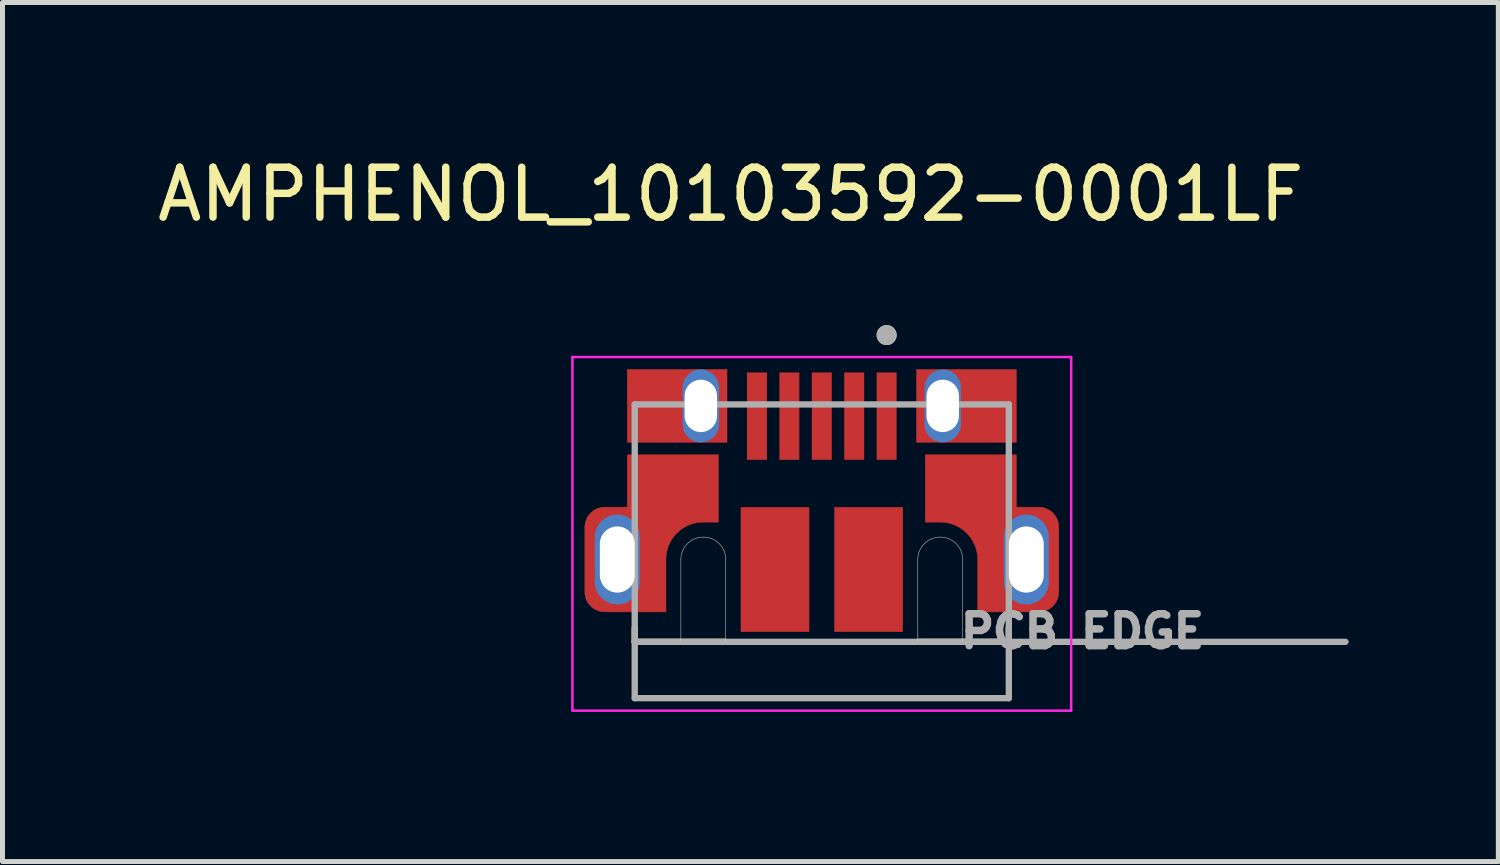
<source format=kicad_pcb>
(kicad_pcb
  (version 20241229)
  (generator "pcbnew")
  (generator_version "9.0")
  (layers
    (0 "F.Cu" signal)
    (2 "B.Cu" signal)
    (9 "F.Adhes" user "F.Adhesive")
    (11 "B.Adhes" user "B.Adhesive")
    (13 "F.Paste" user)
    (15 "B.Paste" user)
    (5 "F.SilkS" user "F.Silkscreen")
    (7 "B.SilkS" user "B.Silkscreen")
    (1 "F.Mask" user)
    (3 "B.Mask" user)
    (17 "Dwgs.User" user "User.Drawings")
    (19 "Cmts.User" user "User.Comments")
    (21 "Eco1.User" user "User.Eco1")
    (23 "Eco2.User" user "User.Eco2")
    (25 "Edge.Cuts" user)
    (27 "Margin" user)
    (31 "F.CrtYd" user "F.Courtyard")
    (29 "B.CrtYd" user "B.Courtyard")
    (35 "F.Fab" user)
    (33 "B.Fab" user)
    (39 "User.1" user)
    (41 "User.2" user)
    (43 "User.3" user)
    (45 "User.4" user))
  (footprint "AMPHENOL_10103592-0001LF"
    (layer "F.Cu")
    (at 13.426 8.168)
    (property "Reference" "AMPHENOL_10103592-0001LF" (at -1.825 -7.32 0) (layer "F.SilkS") (effects (font (size 1 1) (thickness 0.15))))
    (attr smd)
    (fp_poly (pts (xy -3.9 -3.81) (xy -1.9 -3.81) (xy -1.9 -2.35) (xy -3.9 -2.35)) (stroke (width 0.01) (type solid)) (fill yes) (layer "F.Cu"))
    (fp_poly (pts (xy 3.9 -3.81) (xy 1.9 -3.81) (xy 1.9 -2.35) (xy 3.9 -2.35)) (stroke (width 0.01) (type solid)) (fill yes) (layer "F.Cu"))
    (fp_poly (pts (xy -3.125 1.05) (xy -4.35 1.05) (xy -4.371 1.049) (xy -4.392 1.048) (xy -4.413 1.045) (xy -4.433 1.041) (xy -4.454 1.036) (xy -4.474 1.03) (xy -4.493 1.023) (xy -4.513 1.015) (xy -4.532 1.006) (xy -4.55 0.996) (xy -4.568 0.985) (xy -4.585 0.974) (xy -4.602 0.961) (xy -4.618 0.947) (xy -4.633 0.933) (xy -4.647 0.918) (xy -4.661 0.902) (xy -4.674 0.885) (xy -4.685 0.868) (xy -4.696 0.85) (xy -4.706 0.832) (xy -4.715 0.813) (xy -4.723 0.793) (xy -4.73 0.774) (xy -4.736 0.754) (xy -4.741 0.733) (xy -4.745 0.713) (xy -4.748 0.692) (xy -4.749 0.671) (xy -4.75 0.65) (xy -4.75 -0.65) (xy -4.749 -0.671) (xy -4.748 -0.692) (xy -4.745 -0.713) (xy -4.741 -0.733) (xy -4.736 -0.754) (xy -4.73 -0.774) (xy -4.723 -0.793) (xy -4.715 -0.813) (xy -4.706 -0.832) (xy -4.696 -0.85) (xy -4.685 -0.868) (xy -4.674 -0.885) (xy -4.661 -0.902) (xy -4.647 -0.918) (xy -4.633 -0.933) (xy -4.618 -0.947) (xy -4.602 -0.961) (xy -4.585 -0.974) (xy -4.568 -0.985) (xy -4.55 -0.996) (xy -4.532 -1.006) (xy -4.513 -1.015) (xy -4.493 -1.023) (xy -4.474 -1.03) (xy -4.454 -1.036) (xy -4.433 -1.041) (xy -4.413 -1.045) (xy -4.392 -1.048) (xy -4.371 -1.049) (xy -4.35 -1.05) (xy -3.9 -1.05) (xy -3.9 -2.1) (xy -2.075 -2.1) (xy -2.075 -0.75) (xy -2.375 -0.75) (xy -2.414 -0.749) (xy -2.453 -0.746) (xy -2.492 -0.741) (xy -2.531 -0.734) (xy -2.569 -0.724) (xy -2.607 -0.713) (xy -2.644 -0.7) (xy -2.68 -0.685) (xy -2.715 -0.668) (xy -2.75 -0.65) (xy -2.783 -0.629) (xy -2.816 -0.607) (xy -2.847 -0.583) (xy -2.877 -0.557) (xy -2.905 -0.53) (xy -2.932 -0.502) (xy -2.958 -0.472) (xy -2.982 -0.441) (xy -3.004 -0.408) (xy -3.025 -0.375) (xy -3.043 -0.34) (xy -3.06 -0.305) (xy -3.075 -0.269) (xy -3.088 -0.232) (xy -3.099 -0.194) (xy -3.109 -0.156) (xy -3.116 -0.117) (xy -3.121 -0.078) (xy -3.124 -0.039) (xy -3.125 0) (xy -3.125 1.05)) (stroke (width 0.01) (type solid)) (fill yes) (layer "F.Cu"))
    (fp_poly (pts (xy 3.125 1.05) (xy 4.35 1.05) (xy 4.371 1.049) (xy 4.392 1.048) (xy 4.413 1.045) (xy 4.433 1.041) (xy 4.454 1.036) (xy 4.474 1.03) (xy 4.493 1.023) (xy 4.513 1.015) (xy 4.532 1.006) (xy 4.55 0.996) (xy 4.568 0.985) (xy 4.585 0.974) (xy 4.602 0.961) (xy 4.618 0.947) (xy 4.633 0.933) (xy 4.647 0.918) (xy 4.661 0.902) (xy 4.674 0.885) (xy 4.685 0.868) (xy 4.696 0.85) (xy 4.706 0.832) (xy 4.715 0.813) (xy 4.723 0.793) (xy 4.73 0.774) (xy 4.736 0.754) (xy 4.741 0.733) (xy 4.745 0.713) (xy 4.748 0.692) (xy 4.749 0.671) (xy 4.75 0.65) (xy 4.75 -0.65) (xy 4.749 -0.671) (xy 4.748 -0.692) (xy 4.745 -0.713) (xy 4.741 -0.733) (xy 4.736 -0.754) (xy 4.73 -0.774) (xy 4.723 -0.793) (xy 4.715 -0.813) (xy 4.706 -0.832) (xy 4.696 -0.85) (xy 4.685 -0.868) (xy 4.674 -0.885) (xy 4.661 -0.902) (xy 4.647 -0.918) (xy 4.633 -0.933) (xy 4.618 -0.947) (xy 4.602 -0.961) (xy 4.585 -0.974) (xy 4.568 -0.985) (xy 4.55 -0.996) (xy 4.532 -1.006) (xy 4.513 -1.015) (xy 4.493 -1.023) (xy 4.474 -1.03) (xy 4.454 -1.036) (xy 4.433 -1.041) (xy 4.413 -1.045) (xy 4.392 -1.048) (xy 4.371 -1.049) (xy 4.35 -1.05) (xy 3.9 -1.05) (xy 3.9 -2.1) (xy 2.075 -2.1) (xy 2.075 -0.75) (xy 2.375 -0.75) (xy 2.414 -0.749) (xy 2.453 -0.746) (xy 2.492 -0.741) (xy 2.531 -0.734) (xy 2.569 -0.724) (xy 2.607 -0.713) (xy 2.644 -0.7) (xy 2.68 -0.685) (xy 2.715 -0.668) (xy 2.75 -0.65) (xy 2.783 -0.629) (xy 2.816 -0.607) (xy 2.847 -0.583) (xy 2.877 -0.557) (xy 2.905 -0.53) (xy 2.932 -0.502) (xy 2.958 -0.472) (xy 2.982 -0.441) (xy 3.004 -0.408) (xy 3.025 -0.375) (xy 3.043 -0.34) (xy 3.06 -0.305) (xy 3.075 -0.269) (xy 3.088 -0.232) (xy 3.099 -0.194) (xy 3.109 -0.156) (xy 3.116 -0.117) (xy 3.121 -0.078) (xy 3.124 -0.039) (xy 3.125 0) (xy 3.125 1.05)) (stroke (width 0.01) (type solid)) (fill yes) (layer "F.Cu"))
    (fp_poly (pts (xy -4 -3.91) (xy -1.8 -3.91) (xy -1.8 -2.25) (xy -4 -2.25)) (stroke (width 0.01) (type solid)) (fill yes) (layer "F.Mask"))
    (fp_poly (pts (xy 4 -3.91) (xy 1.8 -3.91) (xy 1.8 -2.25) (xy 4 -2.25)) (stroke (width 0.01) (type solid)) (fill yes) (layer "F.Mask"))
    (fp_poly (pts (xy -3.025 1.15) (xy -4.35 1.15) (xy -4.376 1.149) (xy -4.402 1.147) (xy -4.428 1.144) (xy -4.454 1.139) (xy -4.479 1.133) (xy -4.505 1.126) (xy -4.529 1.117) (xy -4.553 1.107) (xy -4.577 1.096) (xy -4.6 1.083) (xy -4.622 1.069) (xy -4.644 1.055) (xy -4.665 1.039) (xy -4.685 1.022) (xy -4.704 1.004) (xy -4.722 0.985) (xy -4.739 0.965) (xy -4.755 0.944) (xy -4.769 0.922) (xy -4.783 0.9) (xy -4.796 0.877) (xy -4.807 0.853) (xy -4.817 0.829) (xy -4.826 0.805) (xy -4.833 0.779) (xy -4.839 0.754) (xy -4.844 0.728) (xy -4.847 0.702) (xy -4.849 0.676) (xy -4.85 0.65) (xy -4.85 -0.65) (xy -4.849 -0.676) (xy -4.847 -0.702) (xy -4.844 -0.728) (xy -4.839 -0.754) (xy -4.833 -0.779) (xy -4.826 -0.805) (xy -4.817 -0.829) (xy -4.807 -0.853) (xy -4.796 -0.877) (xy -4.783 -0.9) (xy -4.769 -0.922) (xy -4.755 -0.944) (xy -4.739 -0.965) (xy -4.722 -0.985) (xy -4.704 -1.004) (xy -4.685 -1.022) (xy -4.665 -1.039) (xy -4.644 -1.055) (xy -4.622 -1.069) (xy -4.6 -1.083) (xy -4.577 -1.096) (xy -4.553 -1.107) (xy -4.529 -1.117) (xy -4.505 -1.126) (xy -4.479 -1.133) (xy -4.454 -1.139) (xy -4.428 -1.144) (xy -4.402 -1.147) (xy -4.376 -1.149) (xy -4.35 -1.15) (xy -4 -1.15) (xy -4 -2.2) (xy -1.975 -2.2) (xy -1.975 -0.65) (xy -2.375 -0.65) (xy -2.409 -0.649) (xy -2.443 -0.646) (xy -2.477 -0.642) (xy -2.51 -0.636) (xy -2.543 -0.628) (xy -2.576 -0.618) (xy -2.608 -0.607) (xy -2.639 -0.594) (xy -2.67 -0.579) (xy -2.7 -0.563) (xy -2.729 -0.545) (xy -2.757 -0.526) (xy -2.784 -0.505) (xy -2.81 -0.483) (xy -2.835 -0.46) (xy -2.858 -0.435) (xy -2.88 -0.409) (xy -2.901 -0.382) (xy -2.92 -0.354) (xy -2.938 -0.325) (xy -2.954 -0.295) (xy -2.969 -0.264) (xy -2.982 -0.233) (xy -2.993 -0.201) (xy -3.003 -0.168) (xy -3.011 -0.135) (xy -3.017 -0.102) (xy -3.021 -0.068) (xy -3.024 -0.034) (xy -3.025 0) (xy -3.025 1.15)) (stroke (width 0.01) (type solid)) (fill yes) (layer "F.Mask"))
    (fp_poly (pts (xy 3.025 1.15) (xy 4.35 1.15) (xy 4.376 1.149) (xy 4.402 1.147) (xy 4.428 1.144) (xy 4.454 1.139) (xy 4.479 1.133) (xy 4.505 1.126) (xy 4.529 1.117) (xy 4.553 1.107) (xy 4.577 1.096) (xy 4.6 1.083) (xy 4.622 1.069) (xy 4.644 1.055) (xy 4.665 1.039) (xy 4.685 1.022) (xy 4.704 1.004) (xy 4.722 0.985) (xy 4.739 0.965) (xy 4.755 0.944) (xy 4.769 0.922) (xy 4.783 0.9) (xy 4.796 0.877) (xy 4.807 0.853) (xy 4.817 0.829) (xy 4.826 0.805) (xy 4.833 0.779) (xy 4.839 0.754) (xy 4.844 0.728) (xy 4.847 0.702) (xy 4.849 0.676) (xy 4.85 0.65) (xy 4.85 -0.65) (xy 4.849 -0.676) (xy 4.847 -0.702) (xy 4.844 -0.728) (xy 4.839 -0.754) (xy 4.833 -0.779) (xy 4.826 -0.805) (xy 4.817 -0.829) (xy 4.807 -0.853) (xy 4.796 -0.877) (xy 4.783 -0.9) (xy 4.769 -0.922) (xy 4.755 -0.944) (xy 4.739 -0.965) (xy 4.722 -0.985) (xy 4.704 -1.004) (xy 4.685 -1.022) (xy 4.665 -1.039) (xy 4.644 -1.055) (xy 4.622 -1.069) (xy 4.6 -1.083) (xy 4.577 -1.096) (xy 4.553 -1.107) (xy 4.529 -1.117) (xy 4.505 -1.126) (xy 4.479 -1.133) (xy 4.454 -1.139) (xy 4.428 -1.144) (xy 4.402 -1.147) (xy 4.376 -1.149) (xy 4.35 -1.15) (xy 4 -1.15) (xy 4 -2.2) (xy 1.975 -2.2) (xy 1.975 -0.65) (xy 2.375 -0.65) (xy 2.409 -0.649) (xy 2.443 -0.646) (xy 2.477 -0.642) (xy 2.51 -0.636) (xy 2.543 -0.628) (xy 2.576 -0.618) (xy 2.608 -0.607) (xy 2.639 -0.594) (xy 2.67 -0.579) (xy 2.7 -0.563) (xy 2.729 -0.545) (xy 2.757 -0.526) (xy 2.784 -0.505) (xy 2.81 -0.483) (xy 2.835 -0.46) (xy 2.858 -0.435) (xy 2.88 -0.409) (xy 2.901 -0.382) (xy 2.92 -0.354) (xy 2.938 -0.325) (xy 2.954 -0.295) (xy 2.969 -0.264) (xy 2.982 -0.233) (xy 2.993 -0.201) (xy 3.003 -0.168) (xy 3.011 -0.135) (xy 3.017 -0.102) (xy 3.021 -0.068) (xy 3.024 -0.034) (xy 3.025 0) (xy 3.025 1.15)) (stroke (width 0.01) (type solid)) (fill yes) (layer "F.Mask"))
    (fp_line (start -3.75 1.65) (end -3.75 1.37) (stroke (width 0.127) (type solid)) (layer "F.SilkS"))
    (fp_line (start -1.945 1.65) (end -3.75 1.65) (stroke (width 0.127) (type solid)) (layer "F.SilkS"))
    (fp_line (start 3.75 1.65) (end 1.945 1.65) (stroke (width 0.127) (type solid)) (layer "F.SilkS"))
    (fp_line (start 3.75 1.65) (end 3.75 1.37) (stroke (width 0.127) (type solid)) (layer "F.SilkS"))
    (fp_circle (center 1.3 -4.5) (end 1.4 -4.5) (stroke (width 0.2) (type solid)) (fill no) (layer "F.SilkS"))
    (fp_poly (pts (xy -3.9 -3.81) (xy -1.9 -3.81) (xy -1.9 -2.35) (xy -3.9 -2.35)) (stroke (width 0.01) (type solid)) (fill yes) (layer "F.Paste"))
    (fp_poly (pts (xy 3.9 -3.81) (xy 1.9 -3.81) (xy 1.9 -2.35) (xy 3.9 -2.35)) (stroke (width 0.01) (type solid)) (fill yes) (layer "F.Paste"))
    (fp_poly (pts (xy -3.125 1.05) (xy -4.35 1.05) (xy -4.371 1.049) (xy -4.392 1.048) (xy -4.413 1.045) (xy -4.433 1.041) (xy -4.454 1.036) (xy -4.474 1.03) (xy -4.493 1.023) (xy -4.513 1.015) (xy -4.532 1.006) (xy -4.55 0.996) (xy -4.568 0.985) (xy -4.585 0.974) (xy -4.602 0.961) (xy -4.618 0.947) (xy -4.633 0.933) (xy -4.647 0.918) (xy -4.661 0.902) (xy -4.674 0.885) (xy -4.685 0.868) (xy -4.696 0.85) (xy -4.706 0.832) (xy -4.715 0.813) (xy -4.723 0.793) (xy -4.73 0.774) (xy -4.736 0.754) (xy -4.741 0.733) (xy -4.745 0.713) (xy -4.748 0.692) (xy -4.749 0.671) (xy -4.75 0.65) (xy -4.75 -0.65) (xy -4.749 -0.671) (xy -4.748 -0.692) (xy -4.745 -0.713) (xy -4.741 -0.733) (xy -4.736 -0.754) (xy -4.73 -0.774) (xy -4.723 -0.793) (xy -4.715 -0.813) (xy -4.706 -0.832) (xy -4.696 -0.85) (xy -4.685 -0.868) (xy -4.674 -0.885) (xy -4.661 -0.902) (xy -4.647 -0.918) (xy -4.633 -0.933) (xy -4.618 -0.947) (xy -4.602 -0.961) (xy -4.585 -0.974) (xy -4.568 -0.985) (xy -4.55 -0.996) (xy -4.532 -1.006) (xy -4.513 -1.015) (xy -4.493 -1.023) (xy -4.474 -1.03) (xy -4.454 -1.036) (xy -4.433 -1.041) (xy -4.413 -1.045) (xy -4.392 -1.048) (xy -4.371 -1.049) (xy -4.35 -1.05) (xy -3.9 -1.05) (xy -3.9 -2.1) (xy -2.075 -2.1) (xy -2.075 -0.75) (xy -2.375 -0.75) (xy -2.414 -0.749) (xy -2.453 -0.746) (xy -2.492 -0.741) (xy -2.531 -0.734) (xy -2.569 -0.724) (xy -2.607 -0.713) (xy -2.644 -0.7) (xy -2.68 -0.685) (xy -2.715 -0.668) (xy -2.75 -0.65) (xy -2.783 -0.629) (xy -2.816 -0.607) (xy -2.847 -0.583) (xy -2.877 -0.557) (xy -2.905 -0.53) (xy -2.932 -0.502) (xy -2.958 -0.472) (xy -2.982 -0.441) (xy -3.004 -0.408) (xy -3.025 -0.375) (xy -3.043 -0.34) (xy -3.06 -0.305) (xy -3.075 -0.269) (xy -3.088 -0.232) (xy -3.099 -0.194) (xy -3.109 -0.156) (xy -3.116 -0.117) (xy -3.121 -0.078) (xy -3.124 -0.039) (xy -3.125 0) (xy -3.125 1.05)) (stroke (width 0.01) (type solid)) (fill yes) (layer "F.Paste"))
    (fp_poly (pts (xy 3.125 1.05) (xy 4.35 1.05) (xy 4.371 1.049) (xy 4.392 1.048) (xy 4.413 1.045) (xy 4.433 1.041) (xy 4.454 1.036) (xy 4.474 1.03) (xy 4.493 1.023) (xy 4.513 1.015) (xy 4.532 1.006) (xy 4.55 0.996) (xy 4.568 0.985) (xy 4.585 0.974) (xy 4.602 0.961) (xy 4.618 0.947) (xy 4.633 0.933) (xy 4.647 0.918) (xy 4.661 0.902) (xy 4.674 0.885) (xy 4.685 0.868) (xy 4.696 0.85) (xy 4.706 0.832) (xy 4.715 0.813) (xy 4.723 0.793) (xy 4.73 0.774) (xy 4.736 0.754) (xy 4.741 0.733) (xy 4.745 0.713) (xy 4.748 0.692) (xy 4.749 0.671) (xy 4.75 0.65) (xy 4.75 -0.65) (xy 4.749 -0.671) (xy 4.748 -0.692) (xy 4.745 -0.713) (xy 4.741 -0.733) (xy 4.736 -0.754) (xy 4.73 -0.774) (xy 4.723 -0.793) (xy 4.715 -0.813) (xy 4.706 -0.832) (xy 4.696 -0.85) (xy 4.685 -0.868) (xy 4.674 -0.885) (xy 4.661 -0.902) (xy 4.647 -0.918) (xy 4.633 -0.933) (xy 4.618 -0.947) (xy 4.602 -0.961) (xy 4.585 -0.974) (xy 4.568 -0.985) (xy 4.55 -0.996) (xy 4.532 -1.006) (xy 4.513 -1.015) (xy 4.493 -1.023) (xy 4.474 -1.03) (xy 4.454 -1.036) (xy 4.433 -1.041) (xy 4.413 -1.045) (xy 4.392 -1.048) (xy 4.371 -1.049) (xy 4.35 -1.05) (xy 3.9 -1.05) (xy 3.9 -2.1) (xy 2.075 -2.1) (xy 2.075 -0.75) (xy 2.375 -0.75) (xy 2.414 -0.749) (xy 2.453 -0.746) (xy 2.492 -0.741) (xy 2.531 -0.734) (xy 2.569 -0.724) (xy 2.607 -0.713) (xy 2.644 -0.7) (xy 2.68 -0.685) (xy 2.715 -0.668) (xy 2.75 -0.65) (xy 2.783 -0.629) (xy 2.816 -0.607) (xy 2.847 -0.583) (xy 2.877 -0.557) (xy 2.905 -0.53) (xy 2.932 -0.502) (xy 2.958 -0.472) (xy 2.982 -0.441) (xy 3.004 -0.408) (xy 3.025 -0.375) (xy 3.043 -0.34) (xy 3.06 -0.305) (xy 3.075 -0.269) (xy 3.088 -0.232) (xy 3.099 -0.194) (xy 3.109 -0.156) (xy 3.116 -0.117) (xy 3.121 -0.078) (xy 3.124 -0.039) (xy 3.125 0) (xy 3.125 1.05)) (stroke (width 0.01) (type solid)) (fill yes) (layer "F.Paste"))
    (fp_line (start -2.825 1.65) (end -2.825 0) (stroke (width 0.01) (type solid)) (layer "Edge.Cuts"))
    (fp_line (start -1.925 0) (end -1.925 1.65) (stroke (width 0.01) (type solid)) (layer "Edge.Cuts"))
    (fp_line (start 1.925 0) (end 1.925 1.65) (stroke (width 0.01) (type solid)) (layer "Edge.Cuts"))
    (fp_line (start 2.825 1.65) (end 2.825 0) (stroke (width 0.01) (type solid)) (layer "Edge.Cuts"))
    (fp_arc (start -2.825 0) (mid -2.693198 -0.318198) (end -2.375 -0.45) (stroke (width 0.01) (type solid)) (layer "Edge.Cuts"))
    (fp_arc (start -2.375 -0.45) (mid -2.056802 -0.318198) (end -1.925 0) (stroke (width 0.01) (type solid)) (layer "Edge.Cuts"))
    (fp_arc (start 1.925 0) (mid 2.056802 -0.318198) (end 2.375 -0.45) (stroke (width 0.01) (type solid)) (layer "Edge.Cuts"))
    (fp_arc (start 2.375 -0.45) (mid 2.693198 -0.318198) (end 2.825 0) (stroke (width 0.01) (type solid)) (layer "Edge.Cuts"))
    (fp_line (start -5 -4.06) (end -5 3.03) (stroke (width 0.05) (type solid)) (layer "F.CrtYd"))
    (fp_line (start -5 3.03) (end 5 3.03) (stroke (width 0.05) (type solid)) (layer "F.CrtYd"))
    (fp_line (start 5 -4.06) (end -5 -4.06) (stroke (width 0.05) (type solid)) (layer "F.CrtYd"))
    (fp_line (start 5 3.03) (end 5 -4.06) (stroke (width 0.05) (type solid)) (layer "F.CrtYd"))
    (fp_line (start -3.75 -3.11) (end 3.75 -3.11) (stroke (width 0.127) (type solid)) (layer "F.Fab"))
    (fp_line (start -3.75 1.65) (end -3.75 -3.11) (stroke (width 0.127) (type solid)) (layer "F.Fab"))
    (fp_line (start -3.75 1.65) (end -3.75 2.78) (stroke (width 0.127) (type solid)) (layer "F.Fab"))
    (fp_line (start 3.75 -3.11) (end 3.75 1.65) (stroke (width 0.127) (type solid)) (layer "F.Fab"))
    (fp_line (start 3.75 1.65) (end -3.75 1.65) (stroke (width 0.127) (type solid)) (layer "F.Fab"))
    (fp_line (start 3.75 1.65) (end 3.75 2.78) (stroke (width 0.127) (type solid)) (layer "F.Fab"))
    (fp_line (start 3.75 1.65) (end 10.5 1.65) (stroke (width 0.127) (type solid)) (layer "F.Fab"))
    (fp_line (start 3.75 2.78) (end -3.75 2.78) (stroke (width 0.127) (type solid)) (layer "F.Fab"))
    (fp_circle (center 1.3 -4.5) (end 1.4 -4.5) (stroke (width 0.2) (type solid)) (fill no) (layer "F.Fab"))
    (fp_text user "PCB EDGE" (at 5.225 1.438 0) (layer "F.Fab") (effects (font (size 0.64 0.64) (thickness 0.15))))
    (pad "1" smd rect (at 1.3 -2.875) (size 0.4 1.75) (layers "F.Cu" "F.Mask" "F.Paste"))
    (pad "2" smd rect (at 0.65 -2.875) (size 0.4 1.75) (layers "F.Cu" "F.Mask" "F.Paste"))
    (pad "3" smd rect (at 0 -2.875) (size 0.4 1.75) (layers "F.Cu" "F.Mask" "F.Paste"))
    (pad "4" smd rect (at -0.65 -2.875) (size 0.4 1.75) (layers "F.Cu" "F.Mask" "F.Paste"))
    (pad "5" smd rect (at -1.3 -2.875) (size 0.4 1.75) (layers "F.Cu" "F.Mask" "F.Paste"))
    (pad "S1" thru_hole oval (at -4.1 0) (size 0.9 1.8) (drill oval 0.7 1.326) (layers "*.Cu" "*.Mask"))
    (pad "S2" thru_hole oval (at -2.425 -3.08) (size 0.73 1.46) (drill oval 0.65 1.05) (layers "*.Cu" "*.Mask"))
    (pad "S3" thru_hole oval (at 4.1 0) (size 0.9 1.8) (drill oval 0.7 1.326) (layers "*.Cu" "*.Mask"))
    (pad "S4" thru_hole oval (at 2.425 -3.08) (size 0.73 1.46) (drill oval 0.65 1.05) (layers "*.Cu" "*.Mask"))
    (pad "S5" smd rect (at -0.938 0.2) (size 1.375 2.5) (layers "F.Cu" "F.Mask" "F.Paste"))
    (pad "S6" smd rect (at 0.938 0.2) (size 1.375 2.5) (layers "F.Cu" "F.Mask" "F.Paste")))
  (gr_rect
    (start -3 -3)
    (end 26.99 14.223)
    (stroke (width 0.1) (type default))
    (fill no)
    (layer "Edge.Cuts")))
</source>
